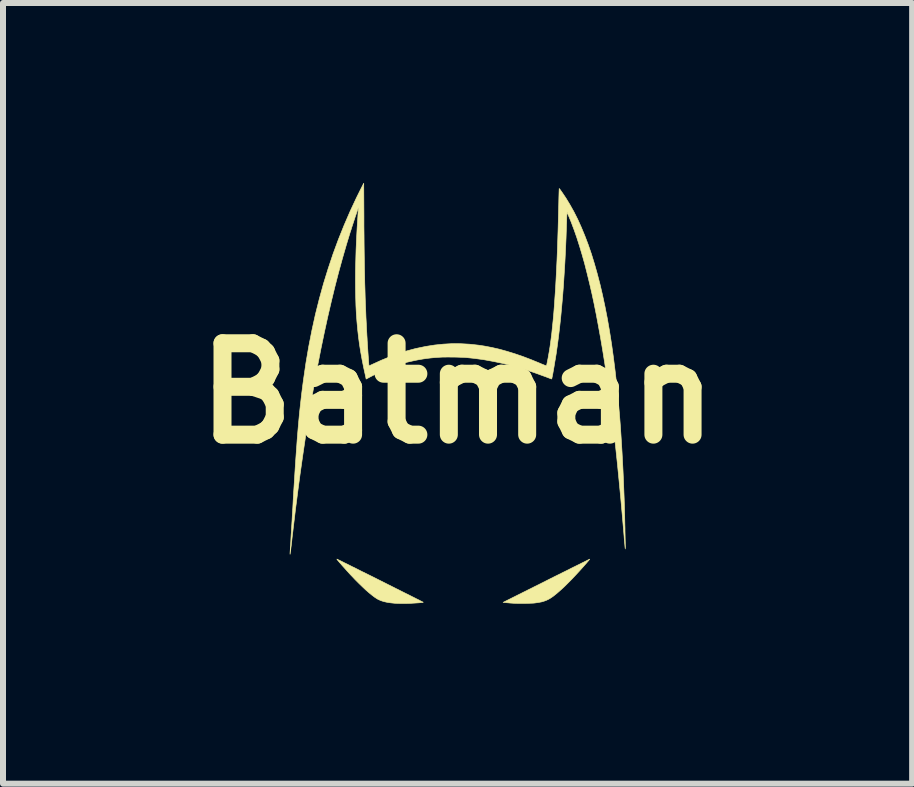
<source format=kicad_pcb>
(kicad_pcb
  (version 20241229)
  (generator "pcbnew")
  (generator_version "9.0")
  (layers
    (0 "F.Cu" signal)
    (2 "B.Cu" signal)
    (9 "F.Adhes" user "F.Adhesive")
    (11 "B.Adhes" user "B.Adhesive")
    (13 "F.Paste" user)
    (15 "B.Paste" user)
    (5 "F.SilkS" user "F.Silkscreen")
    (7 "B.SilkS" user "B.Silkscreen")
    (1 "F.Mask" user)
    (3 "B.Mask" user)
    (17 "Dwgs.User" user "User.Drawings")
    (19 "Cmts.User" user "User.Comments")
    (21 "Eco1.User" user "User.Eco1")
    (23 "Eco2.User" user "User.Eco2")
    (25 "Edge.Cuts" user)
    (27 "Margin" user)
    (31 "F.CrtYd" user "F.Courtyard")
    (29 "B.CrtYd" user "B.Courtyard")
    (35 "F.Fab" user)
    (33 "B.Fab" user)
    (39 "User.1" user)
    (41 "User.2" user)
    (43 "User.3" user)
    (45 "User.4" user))
  (footprint "Batman"
    (layer "F.Cu")
    (at 4.579 3.508)
    (property "Reference" "Batman" (at 0 0 0) (layer "F.SilkS") (effects (font (size 1.524 1.524) (thickness 0.3))))
    (attr through_hole)
    (fp_poly (pts (xy 2.204 2.765) (xy 2.201 2.769) (xy 2.195 2.778) (xy 2.184 2.791) (xy 2.17 2.807) (xy 2.154 2.826) (xy 2.09 2.899) (xy 2.026 2.97) (xy 1.963 3.038) (xy 1.902 3.103) (xy 1.842 3.163) (xy 1.786 3.219) (xy 1.732 3.269) (xy 1.681 3.314) (xy 1.635 3.353) (xy 1.602 3.379) (xy 1.563 3.407) (xy 1.525 3.43) (xy 1.487 3.449) (xy 1.448 3.464) (xy 1.406 3.477) (xy 1.359 3.486) (xy 1.306 3.494) (xy 1.283 3.497) (xy 1.262 3.499) (xy 1.235 3.5) (xy 1.202 3.501) (xy 1.166 3.502) (xy 1.126 3.503) (xy 1.086 3.503) (xy 1.046 3.503) (xy 1.008 3.503) (xy 0.974 3.502) (xy 0.944 3.501) (xy 0.936 3.501) (xy 0.907 3.499) (xy 0.875 3.497) (xy 0.845 3.494) (xy 0.819 3.492) (xy 0.813 3.491) (xy 0.76 3.486) (xy 1.481 3.125) (xy 1.554 3.088) (xy 1.626 3.052) (xy 1.695 3.018) (xy 1.761 2.985) (xy 1.824 2.954) (xy 1.883 2.924) (xy 1.939 2.896) (xy 1.99 2.871) (xy 2.037 2.848) (xy 2.078 2.827) (xy 2.115 2.809) (xy 2.145 2.794) (xy 2.17 2.781) (xy 2.188 2.773) (xy 2.2 2.767) (xy 2.204 2.765) (xy 2.204 2.765)) (stroke (width 0.01) (type solid)) (fill yes) (layer "F.SilkS"))
    (fp_poly (pts (xy -2.007 2.766) (xy -1.996 2.772) (xy -1.978 2.78) (xy -1.953 2.792) (xy -1.923 2.807) (xy -1.888 2.825) (xy -1.848 2.844) (xy -1.804 2.866) (xy -1.755 2.891) (xy -1.703 2.916) (xy -1.648 2.944) (xy -1.591 2.973) (xy -1.531 3.002) (xy -1.469 3.033) (xy -1.406 3.064) (xy -1.343 3.096) (xy -1.279 3.128) (xy -1.215 3.16) (xy -1.152 3.192) (xy -1.09 3.223) (xy -1.029 3.254) (xy -0.97 3.283) (xy -0.913 3.312) (xy -0.859 3.339) (xy -0.808 3.364) (xy -0.761 3.388) (xy -0.719 3.409) (xy -0.68 3.429) (xy -0.647 3.445) (xy -0.619 3.46) (xy -0.597 3.471) (xy -0.582 3.479) (xy -0.573 3.483) (xy -0.572 3.484) (xy -0.576 3.486) (xy -0.587 3.488) (xy -0.605 3.49) (xy -0.628 3.492) (xy -0.655 3.494) (xy -0.685 3.496) (xy -0.718 3.498) (xy -0.751 3.5) (xy -0.764 3.501) (xy -0.809 3.503) (xy -0.858 3.504) (xy -0.907 3.504) (xy -0.955 3.504) (xy -1 3.503) (xy -1.039 3.501) (xy -1.046 3.501) (xy -1.114 3.494) (xy -1.174 3.485) (xy -1.228 3.473) (xy -1.275 3.458) (xy -1.317 3.44) (xy -1.341 3.427) (xy -1.382 3.4) (xy -1.427 3.366) (xy -1.476 3.326) (xy -1.529 3.28) (xy -1.585 3.227) (xy -1.645 3.169) (xy -1.708 3.106) (xy -1.751 3.06) (xy -1.783 3.027) (xy -1.814 2.993) (xy -1.845 2.959) (xy -1.874 2.926) (xy -1.902 2.895) (xy -1.928 2.866) (xy -1.951 2.839) (xy -1.972 2.816) (xy -1.988 2.796) (xy -2.001 2.781) (xy -2.009 2.77) (xy -2.012 2.765) (xy -2.011 2.764) (xy -2.007 2.766)) (stroke (width 0.01) (type solid)) (fill yes) (layer "F.SilkS"))
    (fp_poly (pts (xy -1.561 -2.949) (xy -1.561 -2.786) (xy -1.559 -2.632) (xy -1.558 -2.485) (xy -1.556 -2.344) (xy -1.554 -2.209) (xy -1.552 -2.08) (xy -1.549 -1.955) (xy -1.547 -1.834) (xy -1.543 -1.717) (xy -1.54 -1.602) (xy -1.536 -1.49) (xy -1.531 -1.379) (xy -1.527 -1.269) (xy -1.521 -1.16) (xy -1.516 -1.049) (xy -1.513 -1.003) (xy -1.511 -0.963) (xy -1.508 -0.919) (xy -1.506 -0.874) (xy -1.503 -0.828) (xy -1.5 -0.781) (xy -1.497 -0.734) (xy -1.494 -0.689) (xy -1.491 -0.646) (xy -1.488 -0.605) (xy -1.485 -0.568) (xy -1.483 -0.535) (xy -1.481 -0.507) (xy -1.479 -0.484) (xy -1.478 -0.468) (xy -1.477 -0.46) (xy -1.476 -0.459) (xy -1.472 -0.46) (xy -1.462 -0.464) (xy -1.446 -0.471) (xy -1.427 -0.48) (xy -1.416 -0.485) (xy -1.269 -0.552) (xy -1.125 -0.611) (xy -0.985 -0.662) (xy -0.849 -0.706) (xy -0.716 -0.742) (xy -0.677 -0.751) (xy -0.528 -0.782) (xy -0.381 -0.805) (xy -0.235 -0.82) (xy -0.09 -0.828) (xy 0.054 -0.827) (xy 0.2 -0.819) (xy 0.347 -0.803) (xy 0.453 -0.787) (xy 0.572 -0.764) (xy 0.695 -0.736) (xy 0.821 -0.701) (xy 0.951 -0.661) (xy 1.086 -0.615) (xy 1.225 -0.562) (xy 1.369 -0.503) (xy 1.394 -0.492) (xy 1.419 -0.482) (xy 1.441 -0.473) (xy 1.46 -0.466) (xy 1.473 -0.462) (xy 1.481 -0.46) (xy 1.482 -0.46) (xy 1.484 -0.466) (xy 1.488 -0.479) (xy 1.492 -0.499) (xy 1.497 -0.525) (xy 1.503 -0.555) (xy 1.51 -0.589) (xy 1.516 -0.625) (xy 1.523 -0.663) (xy 1.53 -0.702) (xy 1.536 -0.741) (xy 1.542 -0.779) (xy 1.545 -0.8) (xy 1.558 -0.896) (xy 1.571 -0.998) (xy 1.582 -1.105) (xy 1.594 -1.22) (xy 1.605 -1.341) (xy 1.615 -1.468) (xy 1.624 -1.603) (xy 1.634 -1.744) (xy 1.642 -1.892) (xy 1.65 -2.048) (xy 1.658 -2.212) (xy 1.665 -2.383) (xy 1.671 -2.562) (xy 1.677 -2.749) (xy 1.682 -2.944) (xy 1.687 -3.132) (xy 1.688 -3.18) (xy 1.689 -3.226) (xy 1.69 -3.268) (xy 1.691 -3.306) (xy 1.692 -3.34) (xy 1.693 -3.368) (xy 1.694 -3.391) (xy 1.695 -3.406) (xy 1.695 -3.414) (xy 1.695 -3.415) (xy 1.698 -3.412) (xy 1.705 -3.404) (xy 1.715 -3.391) (xy 1.727 -3.374) (xy 1.737 -3.36) (xy 1.807 -3.256) (xy 1.875 -3.144) (xy 1.941 -3.026) (xy 2.004 -2.901) (xy 2.064 -2.768) (xy 2.122 -2.628) (xy 2.178 -2.481) (xy 2.231 -2.327) (xy 2.281 -2.165) (xy 2.329 -1.996) (xy 2.375 -1.82) (xy 2.418 -1.636) (xy 2.459 -1.444) (xy 2.498 -1.245) (xy 2.534 -1.038) (xy 2.568 -0.823) (xy 2.599 -0.6) (xy 2.628 -0.369) (xy 2.655 -0.131) (xy 2.68 0.116) (xy 2.696 0.305) (xy 2.706 0.428) (xy 2.716 0.558) (xy 2.725 0.695) (xy 2.734 0.838) (xy 2.743 0.984) (xy 2.751 1.134) (xy 2.759 1.286) (xy 2.766 1.44) (xy 2.772 1.594) (xy 2.778 1.746) (xy 2.783 1.897) (xy 2.787 2.045) (xy 2.79 2.19) (xy 2.792 2.254) (xy 2.792 2.294) (xy 2.793 2.337) (xy 2.794 2.381) (xy 2.795 2.424) (xy 2.796 2.463) (xy 2.797 2.491) (xy 2.797 2.52) (xy 2.798 2.546) (xy 2.798 2.567) (xy 2.797 2.583) (xy 2.797 2.592) (xy 2.797 2.595) (xy 2.796 2.59) (xy 2.794 2.578) (xy 2.792 2.559) (xy 2.79 2.533) (xy 2.787 2.502) (xy 2.784 2.466) (xy 2.78 2.427) (xy 2.777 2.384) (xy 2.773 2.338) (xy 2.773 2.336) (xy 2.747 2.037) (xy 2.721 1.747) (xy 2.694 1.465) (xy 2.667 1.19) (xy 2.639 0.924) (xy 2.61 0.666) (xy 2.58 0.415) (xy 2.549 0.173) (xy 2.518 -0.062) (xy 2.486 -0.29) (xy 2.453 -0.51) (xy 2.419 -0.723) (xy 2.384 -0.929) (xy 2.348 -1.127) (xy 2.312 -1.319) (xy 2.275 -1.503) (xy 2.242 -1.657) (xy 2.201 -1.834) (xy 2.16 -2.002) (xy 2.119 -2.163) (xy 2.076 -2.315) (xy 2.032 -2.461) (xy 1.988 -2.599) (xy 1.942 -2.73) (xy 1.895 -2.855) (xy 1.846 -2.973) (xy 1.834 -3.001) (xy 1.826 -3.02) (xy 1.823 -2.972) (xy 1.822 -2.955) (xy 1.821 -2.932) (xy 1.82 -2.903) (xy 1.819 -2.87) (xy 1.818 -2.835) (xy 1.816 -2.798) (xy 1.816 -2.786) (xy 1.809 -2.581) (xy 1.8 -2.38) (xy 1.79 -2.182) (xy 1.778 -1.988) (xy 1.766 -1.799) (xy 1.752 -1.615) (xy 1.736 -1.436) (xy 1.72 -1.263) (xy 1.702 -1.097) (xy 1.683 -0.938) (xy 1.663 -0.788) (xy 1.661 -0.773) (xy 1.656 -0.739) (xy 1.651 -0.701) (xy 1.645 -0.66) (xy 1.638 -0.618) (xy 1.631 -0.574) (xy 1.623 -0.53) (xy 1.616 -0.486) (xy 1.609 -0.443) (xy 1.602 -0.402) (xy 1.595 -0.364) (xy 1.589 -0.329) (xy 1.583 -0.299) (xy 1.578 -0.274) (xy 1.574 -0.255) (xy 1.571 -0.243) (xy 1.57 -0.239) (xy 1.565 -0.24) (xy 1.554 -0.244) (xy 1.537 -0.25) (xy 1.516 -0.258) (xy 1.49 -0.268) (xy 1.461 -0.279) (xy 1.452 -0.282) (xy 1.276 -0.346) (xy 1.103 -0.403) (xy 0.933 -0.453) (xy 0.766 -0.496) (xy 0.6 -0.531) (xy 0.436 -0.561) (xy 0.273 -0.583) (xy 0.157 -0.595) (xy 0.124 -0.598) (xy 0.084 -0.6) (xy 0.04 -0.601) (xy -0.008 -0.603) (xy -0.058 -0.604) (xy -0.109 -0.604) (xy -0.158 -0.605) (xy -0.205 -0.604) (xy -0.247 -0.604) (xy -0.283 -0.602) (xy -0.301 -0.601) (xy -0.378 -0.596) (xy -0.449 -0.589) (xy -0.517 -0.581) (xy -0.584 -0.571) (xy -0.653 -0.559) (xy -0.709 -0.548) (xy -0.839 -0.519) (xy -0.966 -0.483) (xy -1.09 -0.441) (xy -1.213 -0.392) (xy -1.336 -0.336) (xy -1.459 -0.272) (xy -1.504 -0.248) (xy -1.515 -0.242) (xy -1.522 -0.239) (xy -1.524 -0.238) (xy -1.525 -0.243) (xy -1.527 -0.254) (xy -1.531 -0.271) (xy -1.535 -0.291) (xy -1.536 -0.295) (xy -1.565 -0.427) (xy -1.591 -0.557) (xy -1.614 -0.684) (xy -1.634 -0.809) (xy -1.651 -0.935) (xy -1.665 -1.061) (xy -1.677 -1.19) (xy -1.687 -1.321) (xy -1.694 -1.457) (xy -1.698 -1.598) (xy -1.701 -1.745) (xy -1.702 -1.877) (xy -1.701 -2.042) (xy -1.697 -2.213) (xy -1.692 -2.39) (xy -1.684 -2.573) (xy -1.674 -2.764) (xy -1.661 -2.961) (xy -1.66 -2.985) (xy -1.658 -3.014) (xy -1.656 -3.04) (xy -1.655 -3.062) (xy -1.654 -3.08) (xy -1.653 -3.09) (xy -1.653 -3.094) (xy -1.655 -3.09) (xy -1.659 -3.08) (xy -1.665 -3.063) (xy -1.673 -3.04) (xy -1.682 -3.013) (xy -1.692 -2.983) (xy -1.704 -2.949) (xy -1.716 -2.913) (xy -1.728 -2.876) (xy -1.74 -2.839) (xy -1.752 -2.802) (xy -1.764 -2.767) (xy -1.774 -2.733) (xy -1.784 -2.703) (xy -1.787 -2.695) (xy -1.854 -2.475) (xy -1.919 -2.25) (xy -1.983 -2.017) (xy -2.045 -1.777) (xy -2.105 -1.53) (xy -2.164 -1.276) (xy -2.221 -1.015) (xy -2.277 -0.746) (xy -2.331 -0.47) (xy -2.384 -0.186) (xy -2.435 0.106) (xy -2.485 0.406) (xy -2.533 0.713) (xy -2.58 1.029) (xy -2.626 1.353) (xy -2.658 1.594) (xy -2.669 1.677) (xy -2.68 1.766) (xy -2.692 1.857) (xy -2.704 1.95) (xy -2.715 2.044) (xy -2.726 2.136) (xy -2.737 2.227) (xy -2.747 2.313) (xy -2.757 2.394) (xy -2.765 2.468) (xy -2.766 2.479) (xy -2.772 2.532) (xy -2.778 2.577) (xy -2.782 2.613) (xy -2.786 2.642) (xy -2.789 2.663) (xy -2.791 2.677) (xy -2.792 2.683) (xy -2.793 2.682) (xy -2.793 2.682) (xy -2.793 2.676) (xy -2.793 2.664) (xy -2.792 2.645) (xy -2.79 2.619) (xy -2.788 2.589) (xy -2.786 2.555) (xy -2.784 2.517) (xy -2.781 2.48) (xy -2.779 2.445) (xy -2.777 2.402) (xy -2.774 2.352) (xy -2.77 2.298) (xy -2.767 2.24) (xy -2.763 2.178) (xy -2.759 2.115) (xy -2.756 2.052) (xy -2.752 1.988) (xy -2.748 1.926) (xy -2.747 1.911) (xy -2.739 1.757) (xy -2.73 1.611) (xy -2.721 1.472) (xy -2.713 1.34) (xy -2.705 1.215) (xy -2.697 1.097) (xy -2.689 0.984) (xy -2.681 0.876) (xy -2.674 0.774) (xy -2.666 0.676) (xy -2.658 0.581) (xy -2.65 0.491) (xy -2.642 0.404) (xy -2.634 0.319) (xy -2.625 0.237) (xy -2.616 0.156) (xy -2.607 0.077) (xy -2.598 -0.001) (xy -2.588 -0.079) (xy -2.578 -0.157) (xy -2.569 -0.224) (xy -2.528 -0.506) (xy -2.481 -0.781) (xy -2.428 -1.051) (xy -2.37 -1.315) (xy -2.305 -1.574) (xy -2.235 -1.828) (xy -2.158 -2.077) (xy -2.076 -2.323) (xy -1.987 -2.564) (xy -1.892 -2.801) (xy -1.791 -3.035) (xy -1.683 -3.266) (xy -1.618 -3.397) (xy -1.564 -3.503) (xy -1.561 -2.949)) (stroke (width 0.01) (type solid)) (fill yes) (layer "F.SilkS")))
  (gr_rect
    (start -3 -3)
    (end 12.159 10.017)
    (stroke (width 0.1) (type default))
    (fill no)
    (layer "Edge.Cuts")))
</source>
